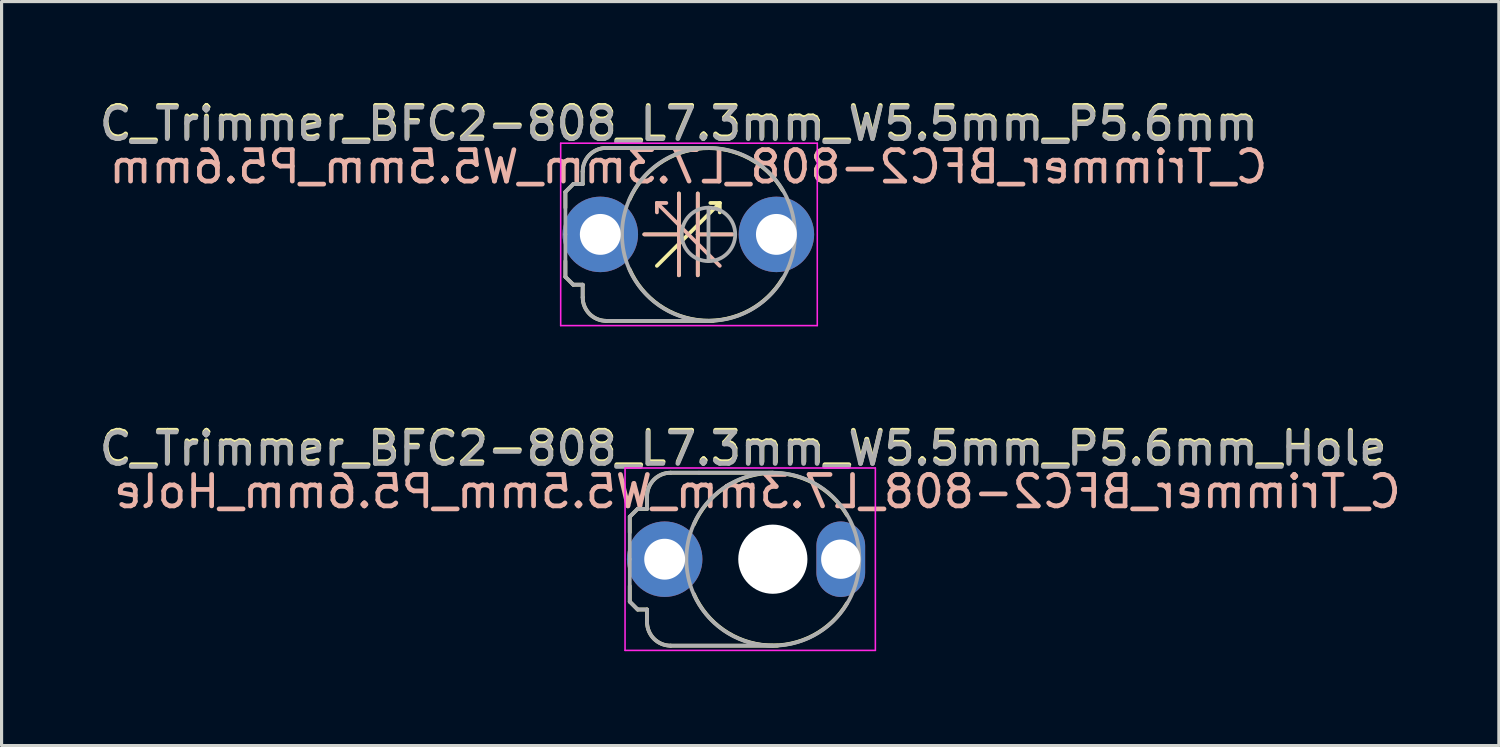
<source format=kicad_pcb>
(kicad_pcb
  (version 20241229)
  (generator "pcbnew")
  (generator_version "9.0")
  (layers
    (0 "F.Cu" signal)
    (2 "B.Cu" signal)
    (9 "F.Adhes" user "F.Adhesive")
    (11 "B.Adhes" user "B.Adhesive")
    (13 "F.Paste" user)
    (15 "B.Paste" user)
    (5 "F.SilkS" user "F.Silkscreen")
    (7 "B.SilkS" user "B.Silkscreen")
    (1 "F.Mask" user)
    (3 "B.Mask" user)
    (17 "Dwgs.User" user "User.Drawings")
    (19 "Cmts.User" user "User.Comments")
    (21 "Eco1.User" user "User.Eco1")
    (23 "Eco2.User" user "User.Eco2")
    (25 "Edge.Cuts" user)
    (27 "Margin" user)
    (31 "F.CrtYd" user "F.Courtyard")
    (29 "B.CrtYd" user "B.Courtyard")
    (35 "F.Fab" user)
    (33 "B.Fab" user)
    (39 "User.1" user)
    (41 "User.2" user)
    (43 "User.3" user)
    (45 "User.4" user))
  (footprint "C_Trimmer_BFC2-808_L7.3mm_W5.5mm_P5.6mm"
    (layer "F.Cu")
    (at 16.04 4.404)
    (property "Reference" "C_Trimmer_BFC2-808_L7.3mm_W5.5mm_P5.6mm" (at 2.5 -3.556 0) (layer "F.SilkS") (effects (font (size 1 1) (thickness 0.15))))
    (fp_line (start -1.11 -1.35) (end -1.11 -0.85) (stroke (width 0.12) (type solid)) (layer "F.SilkS"))
    (fp_line (start -1.11 1.35) (end -1.11 0.85) (stroke (width 0.12) (type solid)) (layer "F.SilkS"))
    (fp_line (start -1.11 1.35) (end -0.86 1.6) (stroke (width 0.12) (type solid)) (layer "F.SilkS"))
    (fp_line (start -0.86 -1.6) (end -1.11 -1.35) (stroke (width 0.12) (type solid)) (layer "F.SilkS"))
    (fp_line (start -0.76 -1.6) (end -0.86 -1.6) (stroke (width 0.12) (type solid)) (layer "F.SilkS"))
    (fp_line (start -0.56 -2) (end -0.56 -1.6) (stroke (width 0.12) (type solid)) (layer "F.SilkS"))
    (fp_line (start -0.56 -1.6) (end -0.76 -1.6) (stroke (width 0.12) (type solid)) (layer "F.SilkS"))
    (fp_line (start -0.56 1.6) (end -0.86 1.6) (stroke (width 0.12) (type solid)) (layer "F.SilkS"))
    (fp_line (start -0.56 1.6) (end -0.56 2) (stroke (width 0.12) (type solid)) (layer "F.SilkS"))
    (fp_line (start 0.19 -2.75) (end 3.44 -2.75) (stroke (width 0.12) (type solid)) (layer "F.SilkS"))
    (fp_line (start 0.19 2.75) (end 3.59 2.75) (stroke (width 0.12) (type solid)) (layer "F.SilkS"))
    (fp_line (start 1.4 0) (end 2.5 0) (stroke (width 0.12) (type solid)) (layer "F.SilkS"))
    (fp_line (start 2.5 0) (end 2.5 -1.3) (stroke (width 0.12) (type solid)) (layer "F.SilkS"))
    (fp_line (start 2.5 0) (end 2.5 1.3) (stroke (width 0.12) (type solid)) (layer "F.SilkS"))
    (fp_line (start 2.8 0) (end 1.8 1) (stroke (width 0.12) (type solid)) (layer "F.SilkS"))
    (fp_line (start 2.8 0) (end 3.8 -1) (stroke (width 0.12) (type solid)) (layer "F.SilkS"))
    (fp_line (start 3.1 0) (end 3.1 -1.3) (stroke (width 0.12) (type solid)) (layer "F.SilkS"))
    (fp_line (start 3.1 0) (end 3.1 1.3) (stroke (width 0.12) (type solid)) (layer "F.SilkS"))
    (fp_line (start 3.1 0) (end 4.2 0) (stroke (width 0.12) (type solid)) (layer "F.SilkS"))
    (fp_line (start 3.8 -1) (end 3.5 -1) (stroke (width 0.12) (type solid)) (layer "F.SilkS"))
    (fp_line (start 3.8 -1) (end 3.8 -0.7) (stroke (width 0.12) (type solid)) (layer "F.SilkS"))
    (fp_arc (start -0.56 -2) (mid -0.34033 -2.53033) (end 0.19 -2.75) (stroke (width 0.12) (type solid)) (layer "F.SilkS"))
    (fp_arc (start 0.19 2.75) (mid -0.34033 2.53033) (end -0.56 2) (stroke (width 0.12) (type solid)) (layer "F.SilkS"))
    (fp_arc (start 0.928365 -1.105119) (mid 3.274208 -2.738998) (end 5.8 -1.4) (stroke (width 0.12) (type solid)) (layer "F.SilkS"))
    (fp_arc (start 5.8 1.4) (mid 3.274208 2.738999) (end 0.928365 1.105119) (stroke (width 0.12) (type solid)) (layer "F.SilkS"))
    (fp_line (start 1.8 -1) (end 1.8 -0.7) (stroke (width 0.12) (type solid)) (layer "B.SilkS"))
    (fp_line (start 1.8 -1) (end 2.1 -1) (stroke (width 0.12) (type solid)) (layer "B.SilkS"))
    (fp_line (start 2.5 0) (end 1.4 0) (stroke (width 0.12) (type solid)) (layer "B.SilkS"))
    (fp_line (start 2.5 0) (end 2.5 -1.3) (stroke (width 0.12) (type solid)) (layer "B.SilkS"))
    (fp_line (start 2.5 0) (end 2.5 1.3) (stroke (width 0.12) (type solid)) (layer "B.SilkS"))
    (fp_line (start 2.8 0) (end 1.8 -1) (stroke (width 0.12) (type solid)) (layer "B.SilkS"))
    (fp_line (start 2.8 0) (end 3.8 1) (stroke (width 0.12) (type solid)) (layer "B.SilkS"))
    (fp_line (start 3.1 0) (end 3.1 -1.3) (stroke (width 0.12) (type solid)) (layer "B.SilkS"))
    (fp_line (start 3.1 0) (end 3.1 1.3) (stroke (width 0.12) (type solid)) (layer "B.SilkS"))
    (fp_line (start 4.2 0) (end 3.1 0) (stroke (width 0.12) (type solid)) (layer "B.SilkS"))
    (fp_line (start -1.26 -2.9) (end -1.26 2.9) (stroke (width 0.05) (type solid)) (layer "F.CrtYd"))
    (fp_line (start -1.26 2.9) (end 6.9 2.9) (stroke (width 0.05) (type solid)) (layer "F.CrtYd"))
    (fp_line (start 6.9 -2.9) (end -1.26 -2.9) (stroke (width 0.05) (type solid)) (layer "F.CrtYd"))
    (fp_line (start 6.9 2.9) (end 6.9 -2.9) (stroke (width 0.05) (type solid)) (layer "F.CrtYd"))
    (fp_line (start -1.11 -1.35) (end -1.11 0) (stroke (width 0.12) (type solid)) (layer "F.Fab"))
    (fp_line (start -1.11 1.35) (end -1.11 0) (stroke (width 0.12) (type solid)) (layer "F.Fab"))
    (fp_line (start -1.11 1.35) (end -0.86 1.6) (stroke (width 0.12) (type solid)) (layer "F.Fab"))
    (fp_line (start -0.86 -1.6) (end -1.11 -1.35) (stroke (width 0.12) (type solid)) (layer "F.Fab"))
    (fp_line (start -0.76 -1.6) (end -0.86 -1.6) (stroke (width 0.12) (type solid)) (layer "F.Fab"))
    (fp_line (start -0.56 -2) (end -0.56 -1.6) (stroke (width 0.12) (type solid)) (layer "F.Fab"))
    (fp_line (start -0.56 -1.6) (end -0.76 -1.6) (stroke (width 0.12) (type solid)) (layer "F.Fab"))
    (fp_line (start -0.56 1.6) (end -0.86 1.6) (stroke (width 0.12) (type solid)) (layer "F.Fab"))
    (fp_line (start -0.56 1.6) (end -0.56 2) (stroke (width 0.12) (type solid)) (layer "F.Fab"))
    (fp_line (start 1.09 -2.75) (end 0.19 -2.75) (stroke (width 0.12) (type solid)) (layer "F.Fab"))
    (fp_line (start 3.44 -2.75) (end 1.09 -2.75) (stroke (width 0.12) (type solid)) (layer "F.Fab"))
    (fp_line (start 3.44 0.85) (end 3.44 -0.85) (stroke (width 0.12) (type solid)) (layer "F.Fab"))
    (fp_line (start 3.44 2.75) (end 0.19 2.75) (stroke (width 0.12) (type solid)) (layer "F.Fab"))
    (fp_arc (start -0.56 -2) (mid -0.34033 -2.53033) (end 0.19 -2.75) (stroke (width 0.12) (type solid)) (layer "F.Fab"))
    (fp_arc (start 0.19 2.75) (mid -0.34033 2.53033) (end -0.56 2) (stroke (width 0.12) (type solid)) (layer "F.Fab"))
    (fp_arc (start 3.44 -2.75) (mid 6.19 0) (end 3.44 2.75) (stroke (width 0.12) (type solid)) (layer "F.Fab"))
    (fp_arc (start 3.44 2.75) (mid 0.69 0) (end 3.44 -2.75) (stroke (width 0.12) (type solid)) (layer "F.Fab"))
    (fp_circle (center 3.44 0) (end 4.29 0) (stroke (width 0.12) (type solid)) (fill no) (layer "F.Fab"))
    (fp_text user "${REFERENCE}" (at 2.8 -2.15 0) (layer "B.SilkS") (effects (font (size 1 1) (thickness 0.15)) (justify mirror)))
    (fp_text user "${REFERENCE}" (at 2.49 -3.5 0) (layer "F.Fab") (effects (font (size 1 1) (thickness 0.15))))
    (pad "1" thru_hole circle (at 0 0) (size 2.4 2.4) (drill 1.3) (layers "*.Cu" "*.Mask"))
    (pad "2" thru_hole circle (at 5.6 0) (size 2.4 2.4) (drill 1.3) (layers "*.Cu" "*.Mask")))
  (footprint "C_Trimmer_BFC2-808_L7.3mm_W5.5mm_P5.6mm_Hole"
    (layer "F.Cu")
    (at 18.087 14.733)
    (property "Reference" "C_Trimmer_BFC2-808_L7.3mm_W5.5mm_P5.6mm_Hole" (at 2.5 -3.556 0) (layer "F.SilkS") (effects (font (size 1 1) (thickness 0.15))))
    (fp_line (start -1.11 -1.35) (end -1.11 -0.85) (stroke (width 0.12) (type solid)) (layer "F.SilkS"))
    (fp_line (start -1.11 1.35) (end -1.11 0.85) (stroke (width 0.12) (type solid)) (layer "F.SilkS"))
    (fp_line (start -1.11 1.35) (end -0.86 1.6) (stroke (width 0.12) (type solid)) (layer "F.SilkS"))
    (fp_line (start -0.86 -1.6) (end -1.11 -1.35) (stroke (width 0.12) (type solid)) (layer "F.SilkS"))
    (fp_line (start -0.76 -1.6) (end -0.86 -1.6) (stroke (width 0.12) (type solid)) (layer "F.SilkS"))
    (fp_line (start -0.56 -2) (end -0.56 -1.6) (stroke (width 0.12) (type solid)) (layer "F.SilkS"))
    (fp_line (start -0.56 -1.6) (end -0.76 -1.6) (stroke (width 0.12) (type solid)) (layer "F.SilkS"))
    (fp_line (start -0.56 1.6) (end -0.86 1.6) (stroke (width 0.12) (type solid)) (layer "F.SilkS"))
    (fp_line (start -0.56 1.6) (end -0.56 2) (stroke (width 0.12) (type solid)) (layer "F.SilkS"))
    (fp_line (start 0.19 -2.75) (end 3.44 -2.75) (stroke (width 0.12) (type solid)) (layer "F.SilkS"))
    (fp_line (start 0.19 2.75) (end 3.59 2.75) (stroke (width 0.12) (type solid)) (layer "F.SilkS"))
    (fp_arc (start -0.56 -2) (mid -0.34033 -2.53033) (end 0.19 -2.75) (stroke (width 0.12) (type solid)) (layer "F.SilkS"))
    (fp_arc (start 0.19 2.75) (mid -0.34033 2.53033) (end -0.56 2) (stroke (width 0.12) (type solid)) (layer "F.SilkS"))
    (fp_arc (start 0.928365 -1.10512) (mid 3.274208 -2.738999) (end 5.8 -1.4) (stroke (width 0.12) (type solid)) (layer "F.SilkS"))
    (fp_arc (start 5.8 1.4) (mid 3.274208 2.738999) (end 0.928365 1.10512) (stroke (width 0.12) (type solid)) (layer "F.SilkS"))
    (fp_line (start -1.26 -2.9) (end -1.26 2.9) (stroke (width 0.05) (type solid)) (layer "F.CrtYd"))
    (fp_line (start -1.26 2.9) (end 6.7 2.9) (stroke (width 0.05) (type solid)) (layer "F.CrtYd"))
    (fp_line (start 6.7 -2.9) (end -1.26 -2.9) (stroke (width 0.05) (type solid)) (layer "F.CrtYd"))
    (fp_line (start 6.7 2.9) (end 6.7 -2.9) (stroke (width 0.05) (type solid)) (layer "F.CrtYd"))
    (fp_line (start -1.11 -1.35) (end -1.11 0) (stroke (width 0.12) (type solid)) (layer "F.Fab"))
    (fp_line (start -1.11 1.35) (end -1.11 0) (stroke (width 0.12) (type solid)) (layer "F.Fab"))
    (fp_line (start -1.11 1.35) (end -0.86 1.6) (stroke (width 0.12) (type solid)) (layer "F.Fab"))
    (fp_line (start -0.86 -1.6) (end -1.11 -1.35) (stroke (width 0.12) (type solid)) (layer "F.Fab"))
    (fp_line (start -0.76 -1.6) (end -0.86 -1.6) (stroke (width 0.12) (type solid)) (layer "F.Fab"))
    (fp_line (start -0.56 -2) (end -0.56 -1.6) (stroke (width 0.12) (type solid)) (layer "F.Fab"))
    (fp_line (start -0.56 -1.6) (end -0.76 -1.6) (stroke (width 0.12) (type solid)) (layer "F.Fab"))
    (fp_line (start -0.56 1.6) (end -0.86 1.6) (stroke (width 0.12) (type solid)) (layer "F.Fab"))
    (fp_line (start -0.56 1.6) (end -0.56 2) (stroke (width 0.12) (type solid)) (layer "F.Fab"))
    (fp_line (start 1.09 -2.75) (end 0.19 -2.75) (stroke (width 0.12) (type solid)) (layer "F.Fab"))
    (fp_line (start 3.44 -2.75) (end 1.09 -2.75) (stroke (width 0.12) (type solid)) (layer "F.Fab"))
    (fp_line (start 3.44 0.85) (end 3.44 -0.85) (stroke (width 0.12) (type solid)) (layer "F.Fab"))
    (fp_line (start 3.44 2.75) (end 0.19 2.75) (stroke (width 0.12) (type solid)) (layer "F.Fab"))
    (fp_arc (start -0.56 -2) (mid -0.34033 -2.53033) (end 0.19 -2.75) (stroke (width 0.12) (type solid)) (layer "F.Fab"))
    (fp_arc (start 0.19 2.75) (mid -0.34033 2.53033) (end -0.56 2) (stroke (width 0.12) (type solid)) (layer "F.Fab"))
    (fp_arc (start 3.44 -2.75) (mid 6.19 0) (end 3.44 2.75) (stroke (width 0.12) (type solid)) (layer "F.Fab"))
    (fp_arc (start 3.44 2.75) (mid 0.69 0) (end 3.44 -2.75) (stroke (width 0.12) (type solid)) (layer "F.Fab"))
    (fp_circle (center 3.44 0) (end 4.29 0) (stroke (width 0.12) (type solid)) (fill no) (layer "F.Fab"))
    (fp_text user "${REFERENCE}" (at 2.95 -2.15 0) (layer "B.SilkS") (effects (font (size 1 1) (thickness 0.15)) (justify mirror)))
    (fp_text user "${REFERENCE}" (at 2.49 -3.5 0) (layer "F.Fab") (effects (font (size 1 1) (thickness 0.15))))
    (pad "" np_thru_hole circle (at 3.44 0) (size 2.2 2.2) (drill 2.2) (layers "*.Cu" "*.Mask"))
    (pad "1" thru_hole circle (at 0 0) (size 2.4 2.4) (drill 1.3) (layers "*.Cu" "*.Mask"))
    (pad "2" thru_hole oval (at 5.6 0) (size 1.55 2.4) (drill 1.25) (layers "*.Cu" "*.Mask")))
  (gr_rect
    (start -3 -3)
    (end 44.615 20.659)
    (stroke (width 0.1) (type default))
    (fill no)
    (layer "Edge.Cuts")))
</source>
